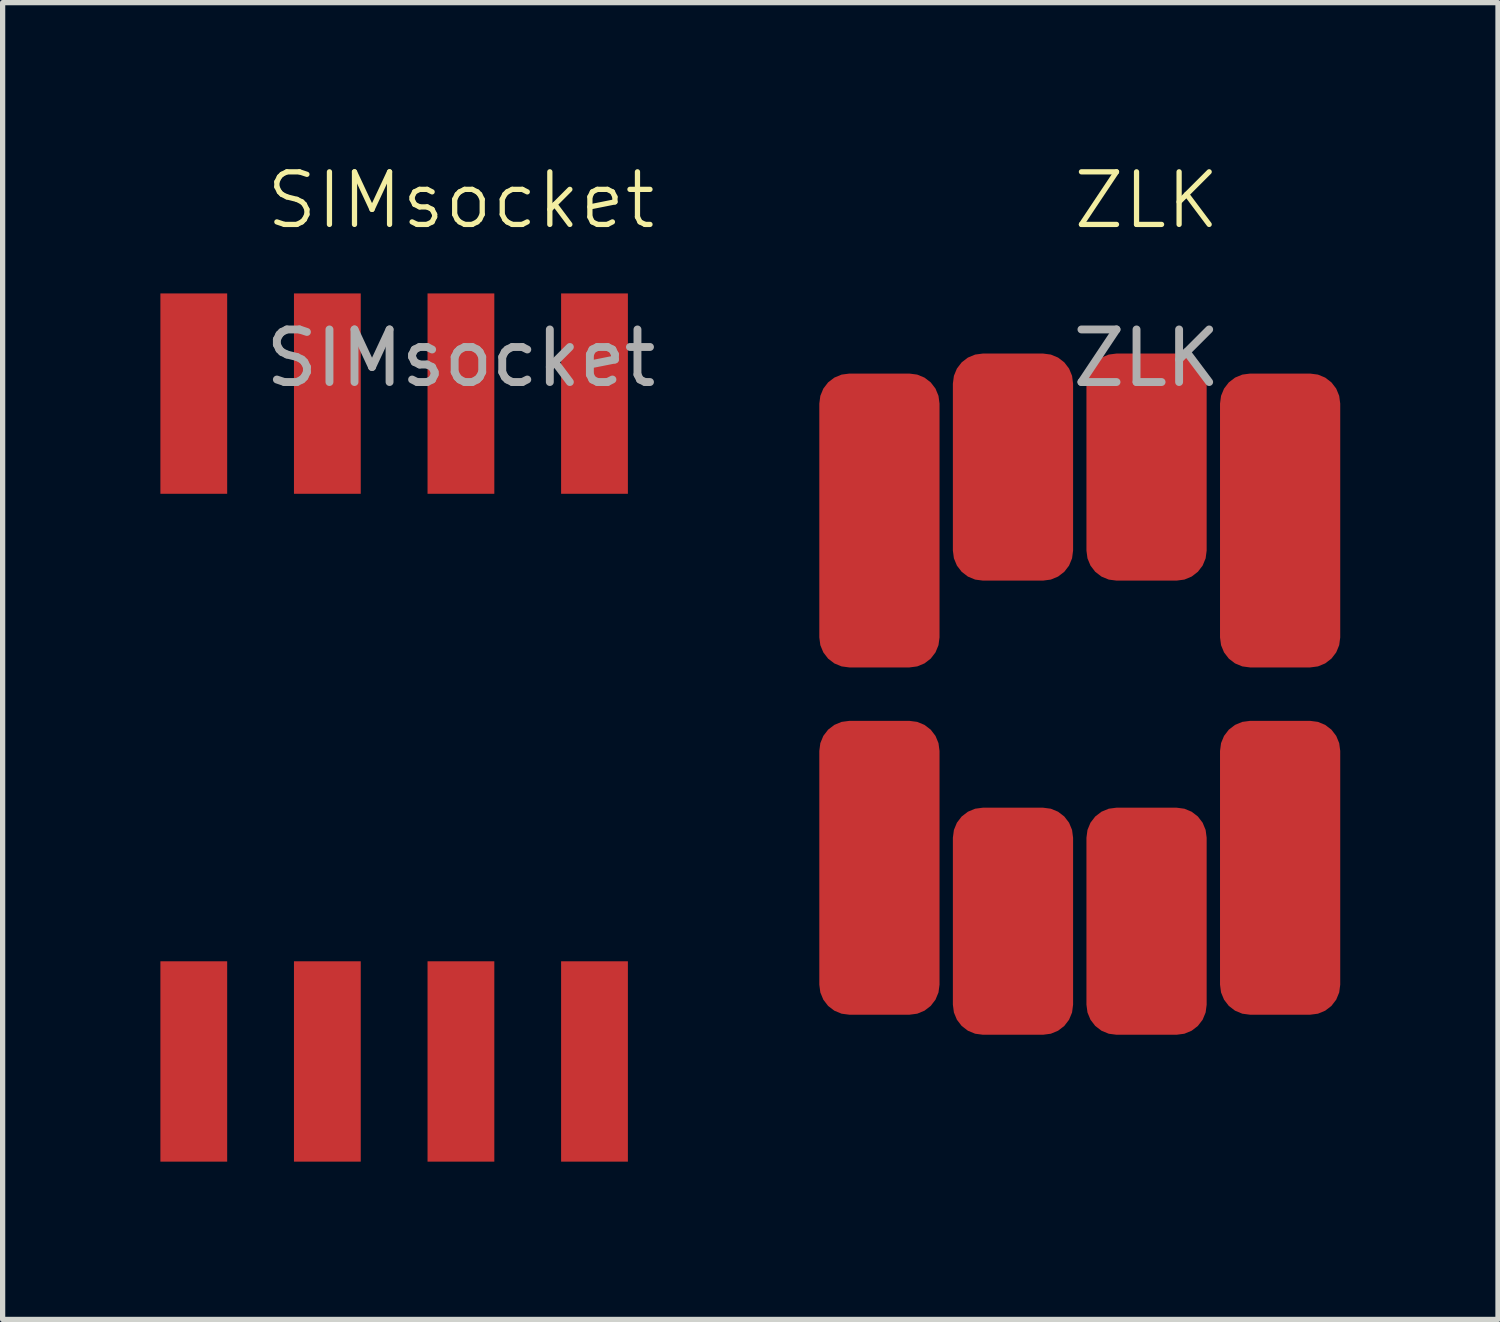
<source format=kicad_pcb>
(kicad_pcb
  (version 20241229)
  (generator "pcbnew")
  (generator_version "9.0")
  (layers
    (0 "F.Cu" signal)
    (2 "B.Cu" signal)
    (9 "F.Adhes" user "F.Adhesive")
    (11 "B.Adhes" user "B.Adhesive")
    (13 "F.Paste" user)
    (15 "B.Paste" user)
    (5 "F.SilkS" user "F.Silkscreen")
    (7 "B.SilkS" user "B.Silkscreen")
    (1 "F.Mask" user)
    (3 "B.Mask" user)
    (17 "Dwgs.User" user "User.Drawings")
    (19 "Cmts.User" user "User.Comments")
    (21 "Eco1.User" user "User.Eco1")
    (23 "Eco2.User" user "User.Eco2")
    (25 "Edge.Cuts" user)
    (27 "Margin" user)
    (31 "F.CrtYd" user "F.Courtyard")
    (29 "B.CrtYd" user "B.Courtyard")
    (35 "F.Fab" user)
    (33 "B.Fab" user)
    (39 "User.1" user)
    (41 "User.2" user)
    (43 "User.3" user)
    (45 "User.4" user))
  (footprint "SIMsocket"
    (layer "F.Cu")
    (at 5.715 1.26)
    (property "Reference" "SIMsocket" (at 0 -0.5 0) (unlocked yes) (layer "F.SilkS") (effects (font (size 1 1) (thickness 0.1))))
    (attr smd)
    (fp_text user "${REFERENCE}" (at 0 2.5 0) (unlocked yes) (layer "F.Fab") (effects (font (size 1 1) (thickness 0.15))))
    (pad "1" smd rect (at -5.08 15.875) (size 1.27 3.81) (layers "F.Cu" "F.Mask"))
    (pad "2" smd rect (at -2.54 15.875) (size 1.27 3.81) (layers "F.Cu" "F.Mask"))
    (pad "3" smd rect (at 0 15.875) (size 1.27 3.81) (layers "F.Cu" "F.Mask"))
    (pad "4" smd rect (at 2.54 15.875) (size 1.27 3.81) (layers "F.Cu" "F.Mask"))
    (pad "5" smd rect (at 2.54 3.175) (size 1.27 3.81) (layers "F.Cu" "F.Mask"))
    (pad "6" smd rect (at 0 3.175) (size 1.27 3.81) (layers "F.Cu" "F.Mask"))
    (pad "7" smd rect (at -2.54 3.175) (size 1.27 3.81) (layers "F.Cu" "F.Mask"))
    (pad "8" smd rect (at -5.08 3.175) (size 1.27 3.81) (layers "F.Cu" "F.Mask")))
  (footprint "ZLK"
    (layer "F.Cu")
    (at 18.753 1.26)
    (property "Reference" "ZLK" (at 0 -0.5 0) (unlocked yes) (layer "F.SilkS") (effects (font (size 1 1) (thickness 0.1))))
    (attr smd)
    (fp_text user "${REFERENCE}" (at 0 2.5 0) (unlocked yes) (layer "F.Fab") (effects (font (size 1 1) (thickness 0.15))))
    (pad "1" smd roundrect (at -5.08 12.192) (size 2.286 5.588) (layers "F.Cu" "F.Mask" "F.Paste") (roundrect_rratio 0.25))
    (pad "2" smd roundrect (at -2.54 13.208) (size 2.286 4.318) (layers "F.Cu" "F.Mask" "F.Paste") (roundrect_rratio 0.25))
    (pad "3" smd roundrect (at 0 13.208) (size 2.286 4.318) (layers "F.Cu" "F.Mask" "F.Paste") (roundrect_rratio 0.25))
    (pad "4" smd roundrect (at 2.54 12.192) (size 2.286 5.588) (layers "F.Cu" "F.Mask" "F.Paste") (roundrect_rratio 0.25))
    (pad "5" smd roundrect (at 2.54 5.588) (size 2.286 5.588) (layers "F.Cu" "F.Mask" "F.Paste") (roundrect_rratio 0.25))
    (pad "6" smd roundrect (at 0 4.572) (size 2.286 4.318) (layers "F.Cu" "F.Mask" "F.Paste") (roundrect_rratio 0.25))
    (pad "7" smd roundrect (at -2.54 4.572) (size 2.286 4.318) (layers "F.Cu" "F.Mask" "F.Paste") (roundrect_rratio 0.25))
    (pad "8" smd roundrect (at -5.08 5.588) (size 2.286 5.588) (layers "F.Cu" "F.Mask" "F.Paste") (roundrect_rratio 0.25)))
  (gr_rect
    (start -3 -3)
    (end 25.436 22.041)
    (stroke (width 0.1) (type default))
    (fill no)
    (layer "Edge.Cuts")))
</source>
